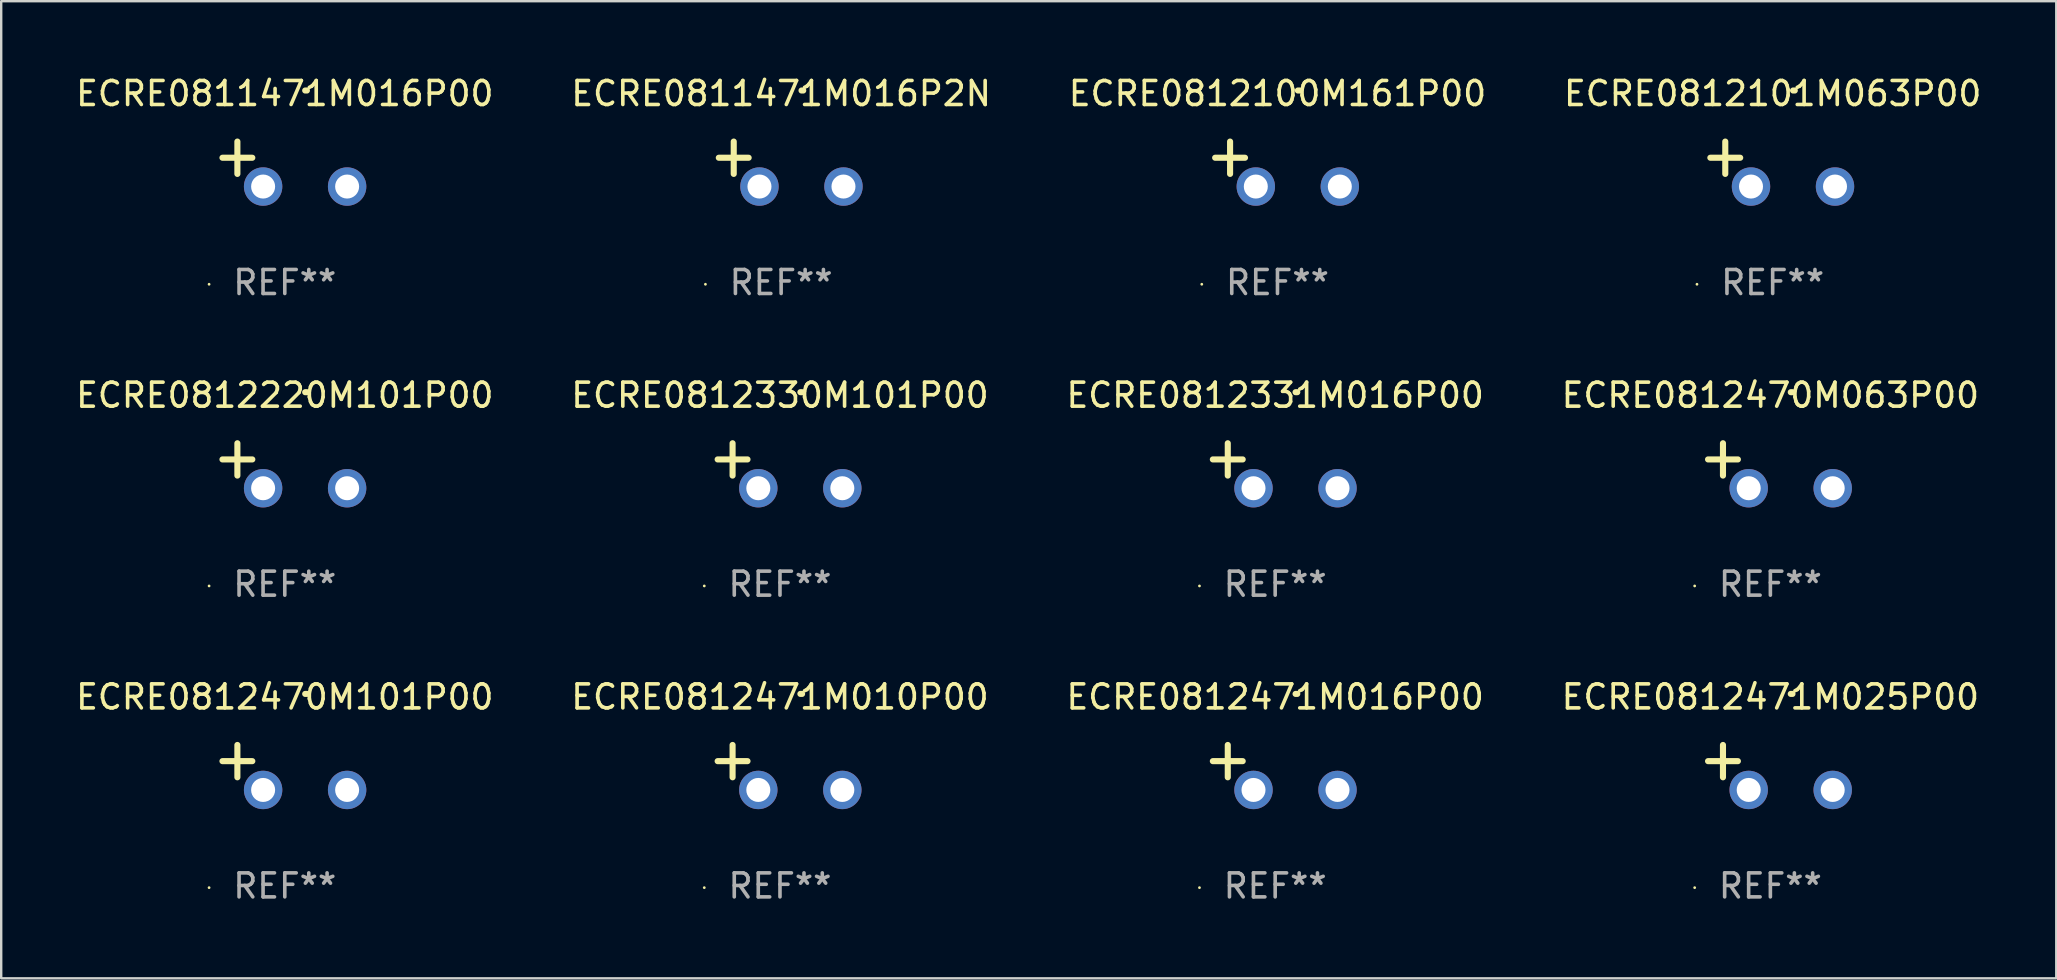
<source format=kicad_pcb>
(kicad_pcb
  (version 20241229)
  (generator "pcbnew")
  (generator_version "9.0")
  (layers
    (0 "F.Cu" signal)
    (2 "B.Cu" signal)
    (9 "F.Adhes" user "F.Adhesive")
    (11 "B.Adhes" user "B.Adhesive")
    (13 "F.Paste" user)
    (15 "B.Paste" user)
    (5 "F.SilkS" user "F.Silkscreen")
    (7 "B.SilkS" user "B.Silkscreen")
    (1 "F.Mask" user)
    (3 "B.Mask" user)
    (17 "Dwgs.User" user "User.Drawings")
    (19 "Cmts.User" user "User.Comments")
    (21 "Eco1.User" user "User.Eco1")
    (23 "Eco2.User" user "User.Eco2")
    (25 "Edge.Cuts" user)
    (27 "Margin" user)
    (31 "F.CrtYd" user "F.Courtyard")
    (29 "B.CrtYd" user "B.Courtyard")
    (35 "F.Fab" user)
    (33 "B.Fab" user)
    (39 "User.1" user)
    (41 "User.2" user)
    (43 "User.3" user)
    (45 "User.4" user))
  (footprint "ECRE0812471M010P00"
    (layer "F.Cu")
    (at 29.446 28.924)
    (property "Reference" "ECRE0812471M010P00" (at 0 -2.937 0) (layer "F.SilkS") (effects (font (size 1 1) (thickness 0.15))))
    (attr through_hole)
    (fp_line (start -1.975 0.41) (end -1.975 -0.937) (stroke (width 0.254) (type solid)) (layer "F.SilkS"))
    (fp_line (start -1.353 -0.263) (end -2.597 -0.263) (stroke (width 0.254) (type solid)) (layer "F.SilkS"))
    (fp_arc (start 0.849809 -3.063957) (mid 0.885369 -3.064114) (end 0.920929 -3.063957) (stroke (width 0.254001) (type solid)) (layer "F.SilkS"))
    (fp_circle (center -3.154 5.008) (end -3.124 5.008) (stroke (width 0.06) (type solid)) (fill no) (layer "F.SilkS"))
    (fp_text user "REF**" (at 0 4.937 0) (layer "F.Fab") (effects (font (size 1 1) (thickness 0.15))))
    (pad "1" thru_hole circle (at -0.903 0.937) (size 1.6 1.6) (drill 1) (layers "*.Cu" "*.Mask"))
    (pad "2" thru_hole circle (at 2.597 0.937) (size 1.6 1.6) (drill 1) (layers "*.Cu" "*.Mask")))
  (footprint "ECRE0812471M025P00"
    (layer "F.Cu")
    (at 70.708 28.924)
    (property "Reference" "ECRE0812471M025P00" (at 0 -2.937 0) (layer "F.SilkS") (effects (font (size 1 1) (thickness 0.15))))
    (attr through_hole)
    (fp_line (start -1.975 0.41) (end -1.975 -0.937) (stroke (width 0.254) (type solid)) (layer "F.SilkS"))
    (fp_line (start -1.353 -0.263) (end -2.597 -0.263) (stroke (width 0.254) (type solid)) (layer "F.SilkS"))
    (fp_arc (start 0.849809 -3.063957) (mid 0.885369 -3.064114) (end 0.920929 -3.063957) (stroke (width 0.254001) (type solid)) (layer "F.SilkS"))
    (fp_circle (center -3.154 5.008) (end -3.124 5.008) (stroke (width 0.06) (type solid)) (fill no) (layer "F.SilkS"))
    (fp_text user "REF**" (at 0 4.937 0) (layer "F.Fab") (effects (font (size 1 1) (thickness 0.15))))
    (pad "1" thru_hole circle (at -0.903 0.937) (size 1.6 1.6) (drill 1) (layers "*.Cu" "*.Mask"))
    (pad "2" thru_hole circle (at 2.597 0.937) (size 1.6 1.6) (drill 1) (layers "*.Cu" "*.Mask")))
  (footprint "ECRE0812101M063P00"
    (layer "F.Cu")
    (at 70.804 3.785)
    (property "Reference" "ECRE0812101M063P00" (at 0 -2.937 0) (layer "F.SilkS") (effects (font (size 1 1) (thickness 0.15))))
    (attr through_hole)
    (fp_line (start -1.975 0.41) (end -1.975 -0.937) (stroke (width 0.254) (type solid)) (layer "F.SilkS"))
    (fp_line (start -1.353 -0.263) (end -2.597 -0.263) (stroke (width 0.254) (type solid)) (layer "F.SilkS"))
    (fp_arc (start 0.849809 -3.063957) (mid 0.885369 -3.064114) (end 0.920929 -3.063957) (stroke (width 0.254001) (type solid)) (layer "F.SilkS"))
    (fp_circle (center -3.154 5.008) (end -3.124 5.008) (stroke (width 0.06) (type solid)) (fill no) (layer "F.SilkS"))
    (fp_text user "REF**" (at 0 4.937 0) (layer "F.Fab") (effects (font (size 1 1) (thickness 0.15))))
    (pad "1" thru_hole circle (at -0.903 0.937) (size 1.6 1.6) (drill 1) (layers "*.Cu" "*.Mask"))
    (pad "2" thru_hole circle (at 2.597 0.937) (size 1.6 1.6) (drill 1) (layers "*.Cu" "*.Mask")))
  (footprint "ECRE0812331M016P00"
    (layer "F.Cu")
    (at 50.077 16.354)
    (property "Reference" "ECRE0812331M016P00" (at 0 -2.937 0) (layer "F.SilkS") (effects (font (size 1 1) (thickness 0.15))))
    (attr through_hole)
    (fp_line (start -1.975 0.41) (end -1.975 -0.937) (stroke (width 0.254) (type solid)) (layer "F.SilkS"))
    (fp_line (start -1.353 -0.263) (end -2.597 -0.263) (stroke (width 0.254) (type solid)) (layer "F.SilkS"))
    (fp_arc (start 0.849809 -3.063957) (mid 0.885369 -3.064114) (end 0.920929 -3.063957) (stroke (width 0.254001) (type solid)) (layer "F.SilkS"))
    (fp_circle (center -3.154 5.008) (end -3.124 5.008) (stroke (width 0.06) (type solid)) (fill no) (layer "F.SilkS"))
    (fp_text user "REF**" (at 0 4.937 0) (layer "F.Fab") (effects (font (size 1 1) (thickness 0.15))))
    (pad "1" thru_hole circle (at -0.903 0.937) (size 1.6 1.6) (drill 1) (layers "*.Cu" "*.Mask"))
    (pad "2" thru_hole circle (at 2.597 0.937) (size 1.6 1.6) (drill 1) (layers "*.Cu" "*.Mask")))
  (footprint "ECRE0812470M101P00"
    (layer "F.Cu")
    (at 8.815 28.924)
    (property "Reference" "ECRE0812470M101P00" (at 0 -2.937 0) (layer "F.SilkS") (effects (font (size 1 1) (thickness 0.15))))
    (attr through_hole)
    (fp_line (start -1.975 0.41) (end -1.975 -0.937) (stroke (width 0.254) (type solid)) (layer "F.SilkS"))
    (fp_line (start -1.353 -0.263) (end -2.597 -0.263) (stroke (width 0.254) (type solid)) (layer "F.SilkS"))
    (fp_arc (start 0.849809 -3.063957) (mid 0.885369 -3.064114) (end 0.920929 -3.063957) (stroke (width 0.254001) (type solid)) (layer "F.SilkS"))
    (fp_circle (center -3.154 5.008) (end -3.124 5.008) (stroke (width 0.06) (type solid)) (fill no) (layer "F.SilkS"))
    (fp_text user "REF**" (at 0 4.937 0) (layer "F.Fab") (effects (font (size 1 1) (thickness 0.15))))
    (pad "1" thru_hole circle (at -0.903 0.937) (size 1.6 1.6) (drill 1) (layers "*.Cu" "*.Mask"))
    (pad "2" thru_hole circle (at 2.597 0.937) (size 1.6 1.6) (drill 1) (layers "*.Cu" "*.Mask")))
  (footprint "ECRE0812470M063P00"
    (layer "F.Cu")
    (at 70.708 16.354)
    (property "Reference" "ECRE0812470M063P00" (at 0 -2.937 0) (layer "F.SilkS") (effects (font (size 1 1) (thickness 0.15))))
    (attr through_hole)
    (fp_line (start -1.975 0.41) (end -1.975 -0.937) (stroke (width 0.254) (type solid)) (layer "F.SilkS"))
    (fp_line (start -1.353 -0.263) (end -2.597 -0.263) (stroke (width 0.254) (type solid)) (layer "F.SilkS"))
    (fp_arc (start 0.849809 -3.063957) (mid 0.885369 -3.064114) (end 0.920929 -3.063957) (stroke (width 0.254001) (type solid)) (layer "F.SilkS"))
    (fp_circle (center -3.154 5.008) (end -3.124 5.008) (stroke (width 0.06) (type solid)) (fill no) (layer "F.SilkS"))
    (fp_text user "REF**" (at 0 4.937 0) (layer "F.Fab") (effects (font (size 1 1) (thickness 0.15))))
    (pad "1" thru_hole circle (at -0.903 0.937) (size 1.6 1.6) (drill 1) (layers "*.Cu" "*.Mask"))
    (pad "2" thru_hole circle (at 2.597 0.937) (size 1.6 1.6) (drill 1) (layers "*.Cu" "*.Mask")))
  (footprint "ECRE0811471M016P2N"
    (layer "F.Cu")
    (at 29.494 3.785)
    (property "Reference" "ECRE0811471M016P2N" (at 0 -2.937 0) (layer "F.SilkS") (effects (font (size 1 1) (thickness 0.15))))
    (attr through_hole)
    (fp_line (start -1.975 0.41) (end -1.975 -0.937) (stroke (width 0.254) (type solid)) (layer "F.SilkS"))
    (fp_line (start -1.353 -0.263) (end -2.597 -0.263) (stroke (width 0.254) (type solid)) (layer "F.SilkS"))
    (fp_arc (start 0.849809 -3.063957) (mid 0.885369 -3.064114) (end 0.920929 -3.063957) (stroke (width 0.254001) (type solid)) (layer "F.SilkS"))
    (fp_circle (center -3.154 5.008) (end -3.124 5.008) (stroke (width 0.06) (type solid)) (fill no) (layer "F.SilkS"))
    (fp_text user "REF**" (at 0 4.937 0) (layer "F.Fab") (effects (font (size 1 1) (thickness 0.15))))
    (pad "1" thru_hole circle (at -0.903 0.937) (size 1.6 1.6) (drill 1) (layers "*.Cu" "*.Mask"))
    (pad "2" thru_hole circle (at 2.597 0.937) (size 1.6 1.6) (drill 1) (layers "*.Cu" "*.Mask")))
  (footprint "ECRE0811471M016P00"
    (layer "F.Cu")
    (at 8.815 3.785)
    (property "Reference" "ECRE0811471M016P00" (at 0 -2.937 0) (layer "F.SilkS") (effects (font (size 1 1) (thickness 0.15))))
    (attr through_hole)
    (fp_line (start -1.975 0.41) (end -1.975 -0.937) (stroke (width 0.254) (type solid)) (layer "F.SilkS"))
    (fp_line (start -1.353 -0.263) (end -2.597 -0.263) (stroke (width 0.254) (type solid)) (layer "F.SilkS"))
    (fp_arc (start 0.849809 -3.063957) (mid 0.885369 -3.064114) (end 0.920929 -3.063957) (stroke (width 0.254001) (type solid)) (layer "F.SilkS"))
    (fp_circle (center -3.154 5.008) (end -3.124 5.008) (stroke (width 0.06) (type solid)) (fill no) (layer "F.SilkS"))
    (fp_text user "REF**" (at 0 4.937 0) (layer "F.Fab") (effects (font (size 1 1) (thickness 0.15))))
    (pad "1" thru_hole circle (at -0.903 0.937) (size 1.6 1.6) (drill 1) (layers "*.Cu" "*.Mask"))
    (pad "2" thru_hole circle (at 2.597 0.937) (size 1.6 1.6) (drill 1) (layers "*.Cu" "*.Mask")))
  (footprint "ECRE0812471M016P00"
    (layer "F.Cu")
    (at 50.077 28.924)
    (property "Reference" "ECRE0812471M016P00" (at 0 -2.937 0) (layer "F.SilkS") (effects (font (size 1 1) (thickness 0.15))))
    (attr through_hole)
    (fp_line (start -1.975 0.41) (end -1.975 -0.937) (stroke (width 0.254) (type solid)) (layer "F.SilkS"))
    (fp_line (start -1.353 -0.263) (end -2.597 -0.263) (stroke (width 0.254) (type solid)) (layer "F.SilkS"))
    (fp_arc (start 0.849809 -3.063957) (mid 0.885369 -3.064114) (end 0.920929 -3.063957) (stroke (width 0.254001) (type solid)) (layer "F.SilkS"))
    (fp_circle (center -3.154 5.008) (end -3.124 5.008) (stroke (width 0.06) (type solid)) (fill no) (layer "F.SilkS"))
    (fp_text user "REF**" (at 0 4.937 0) (layer "F.Fab") (effects (font (size 1 1) (thickness 0.15))))
    (pad "1" thru_hole circle (at -0.903 0.937) (size 1.6 1.6) (drill 1) (layers "*.Cu" "*.Mask"))
    (pad "2" thru_hole circle (at 2.597 0.937) (size 1.6 1.6) (drill 1) (layers "*.Cu" "*.Mask")))
  (footprint "ECRE0812220M101P00"
    (layer "F.Cu")
    (at 8.815 16.354)
    (property "Reference" "ECRE0812220M101P00" (at 0 -2.937 0) (layer "F.SilkS") (effects (font (size 1 1) (thickness 0.15))))
    (attr through_hole)
    (fp_line (start -1.975 0.41) (end -1.975 -0.937) (stroke (width 0.254) (type solid)) (layer "F.SilkS"))
    (fp_line (start -1.353 -0.263) (end -2.597 -0.263) (stroke (width 0.254) (type solid)) (layer "F.SilkS"))
    (fp_arc (start 0.849809 -3.063957) (mid 0.885369 -3.064114) (end 0.920929 -3.063957) (stroke (width 0.254001) (type solid)) (layer "F.SilkS"))
    (fp_circle (center -3.154 5.008) (end -3.124 5.008) (stroke (width 0.06) (type solid)) (fill no) (layer "F.SilkS"))
    (fp_text user "REF**" (at 0 4.937 0) (layer "F.Fab") (effects (font (size 1 1) (thickness 0.15))))
    (pad "1" thru_hole circle (at -0.903 0.937) (size 1.6 1.6) (drill 1) (layers "*.Cu" "*.Mask"))
    (pad "2" thru_hole circle (at 2.597 0.937) (size 1.6 1.6) (drill 1) (layers "*.Cu" "*.Mask")))
  (footprint "ECRE0812100M161P00"
    (layer "F.Cu")
    (at 50.173 3.785)
    (property "Reference" "ECRE0812100M161P00" (at 0 -2.937 0) (layer "F.SilkS") (effects (font (size 1 1) (thickness 0.15))))
    (attr through_hole)
    (fp_line (start -1.975 0.41) (end -1.975 -0.937) (stroke (width 0.254) (type solid)) (layer "F.SilkS"))
    (fp_line (start -1.353 -0.263) (end -2.597 -0.263) (stroke (width 0.254) (type solid)) (layer "F.SilkS"))
    (fp_arc (start 0.849809 -3.063957) (mid 0.885369 -3.064114) (end 0.920929 -3.063957) (stroke (width 0.254001) (type solid)) (layer "F.SilkS"))
    (fp_circle (center -3.154 5.008) (end -3.124 5.008) (stroke (width 0.06) (type solid)) (fill no) (layer "F.SilkS"))
    (fp_text user "REF**" (at 0 4.937 0) (layer "F.Fab") (effects (font (size 1 1) (thickness 0.15))))
    (pad "1" thru_hole circle (at -0.903 0.937) (size 1.6 1.6) (drill 1) (layers "*.Cu" "*.Mask"))
    (pad "2" thru_hole circle (at 2.597 0.937) (size 1.6 1.6) (drill 1) (layers "*.Cu" "*.Mask")))
  (footprint "ECRE0812330M101P00"
    (layer "F.Cu")
    (at 29.446 16.354)
    (property "Reference" "ECRE0812330M101P00" (at 0 -2.937 0) (layer "F.SilkS") (effects (font (size 1 1) (thickness 0.15))))
    (attr through_hole)
    (fp_line (start -1.975 0.41) (end -1.975 -0.937) (stroke (width 0.254) (type solid)) (layer "F.SilkS"))
    (fp_line (start -1.353 -0.263) (end -2.597 -0.263) (stroke (width 0.254) (type solid)) (layer "F.SilkS"))
    (fp_arc (start 0.849809 -3.063957) (mid 0.885369 -3.064114) (end 0.920929 -3.063957) (stroke (width 0.254001) (type solid)) (layer "F.SilkS"))
    (fp_circle (center -3.154 5.008) (end -3.124 5.008) (stroke (width 0.06) (type solid)) (fill no) (layer "F.SilkS"))
    (fp_text user "REF**" (at 0 4.937 0) (layer "F.Fab") (effects (font (size 1 1) (thickness 0.15))))
    (pad "1" thru_hole circle (at -0.903 0.937) (size 1.6 1.6) (drill 1) (layers "*.Cu" "*.Mask"))
    (pad "2" thru_hole circle (at 2.597 0.937) (size 1.6 1.6) (drill 1) (layers "*.Cu" "*.Mask")))
  (gr_rect
    (start -3 -3)
    (end 82.619 37.709)
    (stroke (width 0.1) (type default))
    (fill no)
    (layer "Edge.Cuts")))
</source>
